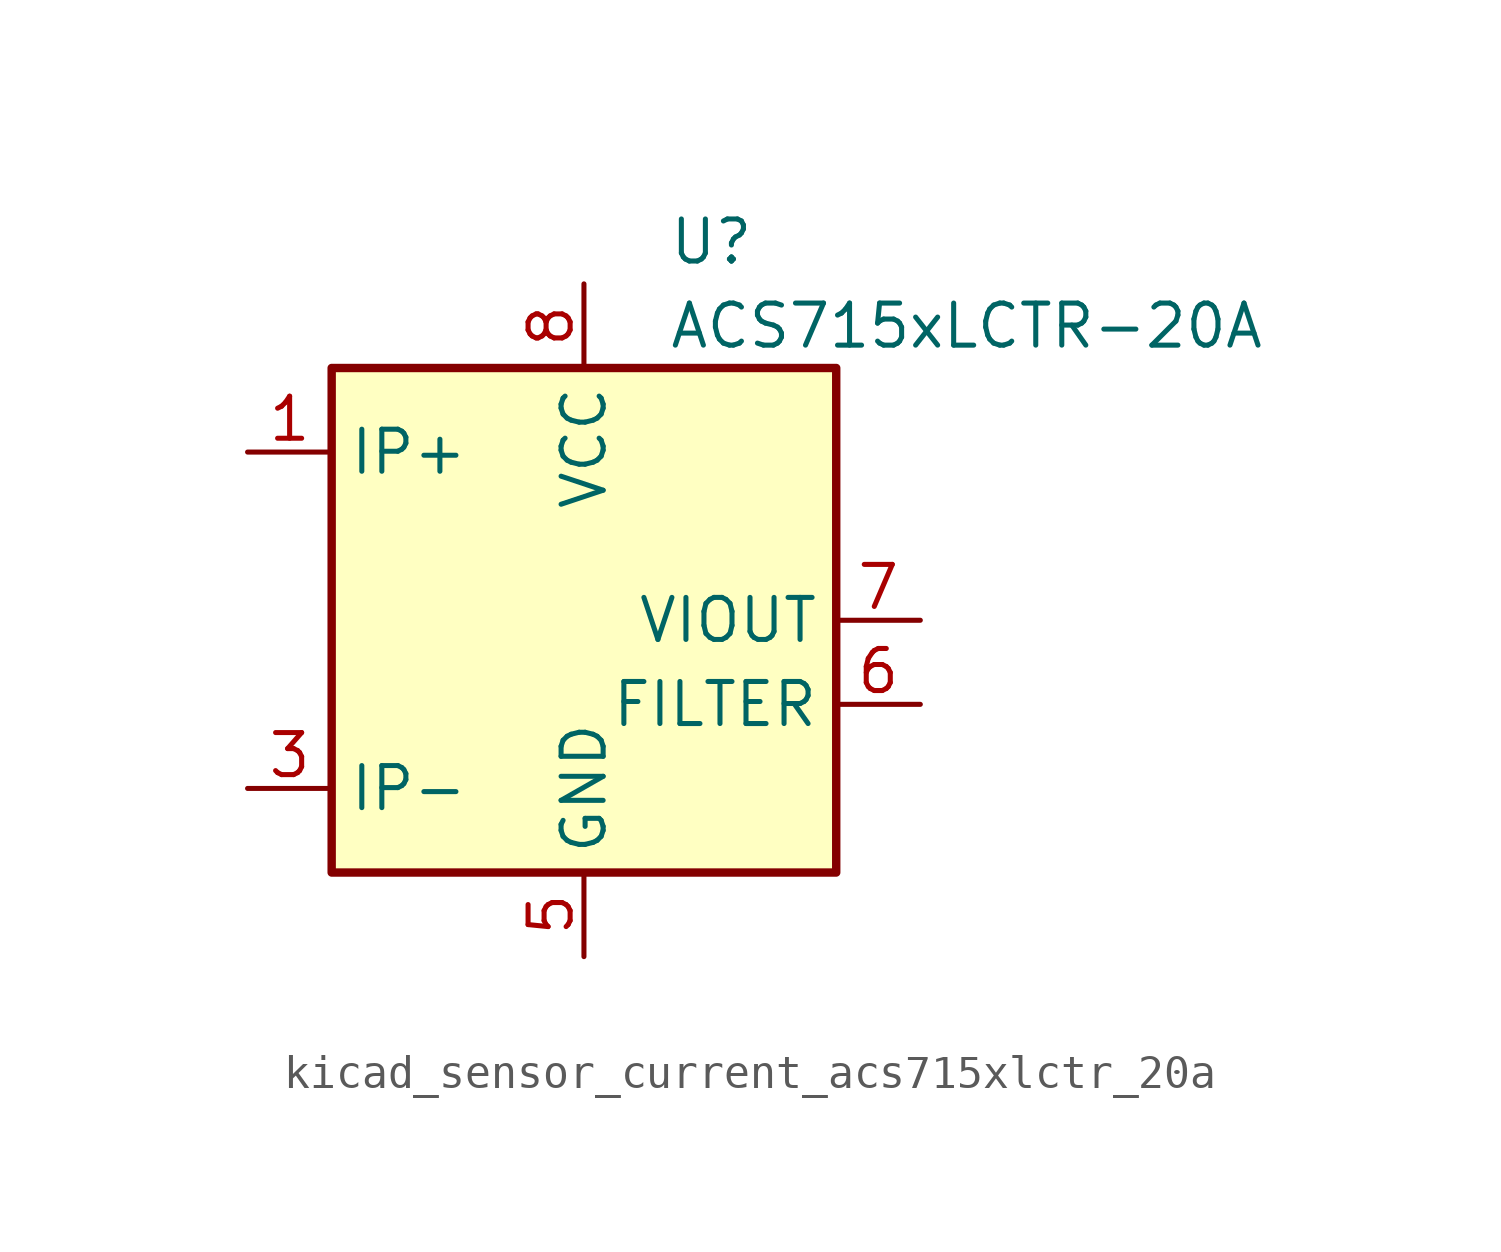
<source format=kicad_sym>
(kicad_symbol_lib
  (version 20220914)
  (generator kicad_symbol_editor)
  (symbol "kicad_sensor_current_acs715xlctr_20a"
    (property "Reference" "U"
      (at 2.54 11.43 0)
      (effects (font (size 1.27 1.27)) (justify left)))
    (property "Value" "ACS715xLCTR-20A"
      (at 2.54 8.89 0)
      (effects (font (size 1.27 1.27)) (justify left)))
    (symbol "kicad_sensor_current_acs715xlctr_20a_0_1"
      (rectangle (start -7.62 7.62) (end 7.62 -7.62) (stroke (width 0.254) (type default)) (fill (type background))))
    (symbol "kicad_sensor_current_acs715xlctr_20a_1_1"
      (pin passive line (at -10.16 5.08 0) (length 2.54) (name "IP+" (effects (font (size 1.27 1.27)))) (number "1" (effects (font (size 1.27 1.27)))))
      (pin passive line (at -10.16 5.08 0) (length 2.54) hide (name "IP+" (effects (font (size 1.27 1.27)))) (number "2" (effects (font (size 1.27 1.27)))))
      (pin passive line (at -10.16 -5.08 0) (length 2.54) (name "IP-" (effects (font (size 1.27 1.27)))) (number "3" (effects (font (size 1.27 1.27)))))
      (pin passive line (at -10.16 -5.08 0) (length 2.54) hide (name "IP-" (effects (font (size 1.27 1.27)))) (number "4" (effects (font (size 1.27 1.27)))))
      (pin power_in line (at 0 -10.16 90) (length 2.54) (name "GND" (effects (font (size 1.27 1.27)))) (number "5" (effects (font (size 1.27 1.27)))))
      (pin passive line (at 10.16 -2.54 180) (length 2.54) (name "FILTER" (effects (font (size 1.27 1.27)))) (number "6" (effects (font (size 1.27 1.27)))))
      (pin output line (at 10.16 0 180) (length 2.54) (name "VIOUT" (effects (font (size 1.27 1.27)))) (number "7" (effects (font (size 1.27 1.27)))))
      (pin power_in line (at 0 10.16 270) (length 2.54) (name "VCC" (effects (font (size 1.27 1.27)))) (number "8" (effects (font (size 1.27 1.27))))))))
</source>
